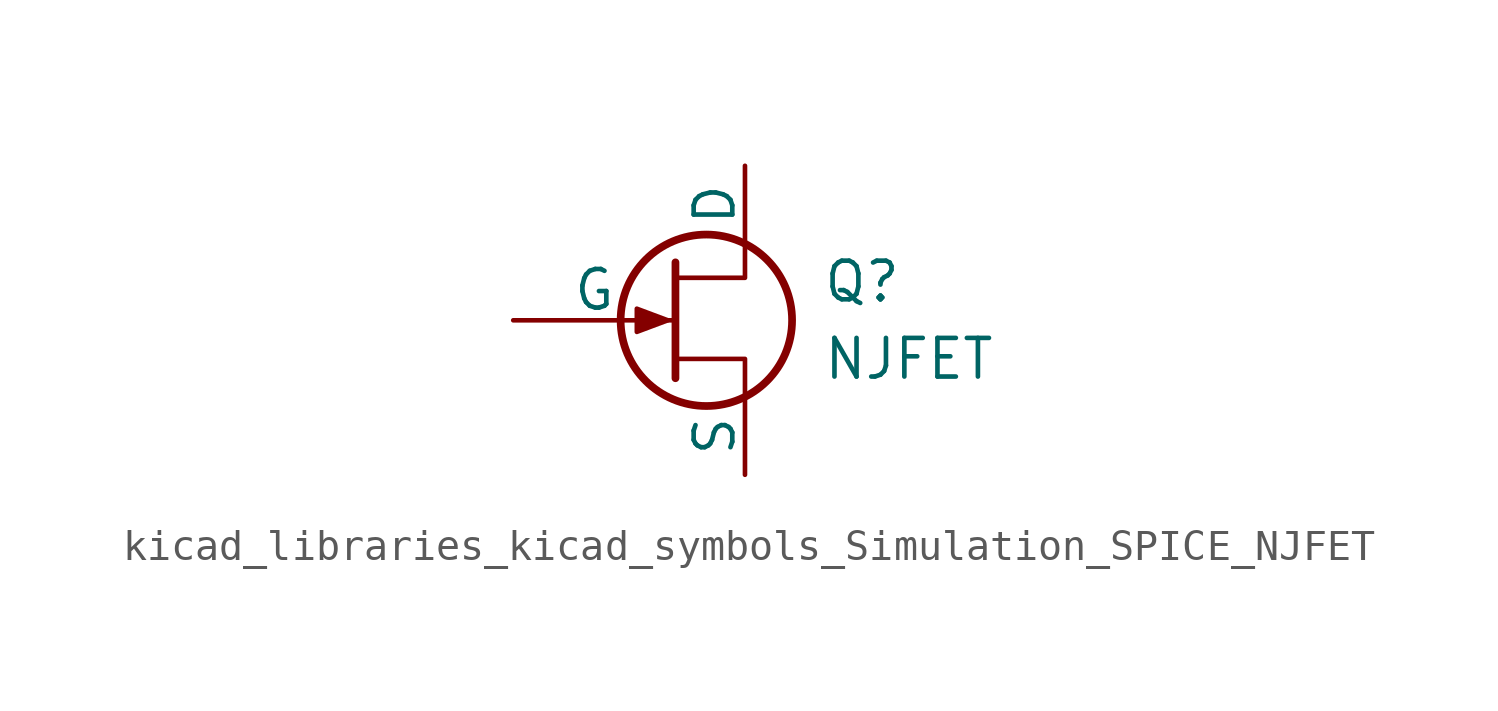
<source format=kicad_sym>
(kicad_symbol_lib
  (version 20220914)
  (generator kicad_symbol_editor)
  (symbol "kicad_libraries_kicad_symbols_Simulation_SPICE_NJFET"
    (pin_numbers hide)
    (pin_names
      (offset 0))
    (property "Reference" "Q"
      (at 5.08 1.27 0)
      (effects (font (size 1.27 1.27)) (justify left)))
    (property "Value" "NJFET"
      (at 5.08 -1.27 0)
      (effects (font (size 1.27 1.27)) (justify left)))
    (symbol "kicad_libraries_kicad_symbols_Simulation_SPICE_NJFET_0_1"
      (polyline (pts (xy 0.254 1.905) (xy 0.254 -1.905) (xy 0.254 -1.905)) (stroke (width 0.254) (type default)) (fill (type none)))
      (polyline (pts (xy 2.54 -2.54) (xy 2.54 -1.27) (xy 0.254 -1.27)) (stroke (width 0) (type default)) (fill (type none)))
      (polyline (pts (xy 2.54 2.54) (xy 2.54 1.397) (xy 0.254 1.397)) (stroke (width 0) (type default)) (fill (type none)))
      (polyline (pts (xy 0 0) (xy -1.016 0.381) (xy -1.016 -0.381) (xy 0 0)) (stroke (width 0) (type default)) (fill (type outline)))
      (circle (center 1.27 0) (radius 2.819) (stroke (width 0.254) (type default)) (fill (type none))))
    (symbol "kicad_libraries_kicad_symbols_Simulation_SPICE_NJFET_1_1"
      (pin passive line (at 2.54 5.08 270) (length 2.54) (name "D" (effects (font (size 1.27 1.27)))) (number "1" (effects (font (size 1.27 1.27)))))
      (pin input line (at -5.08 0 0) (length 5.334) (name "G" (effects (font (size 1.27 1.27)))) (number "2" (effects (font (size 1.27 1.27)))))
      (pin passive line (at 2.54 -5.08 90) (length 2.54) (name "S" (effects (font (size 1.27 1.27)))) (number "3" (effects (font (size 1.27 1.27))))))))
</source>
